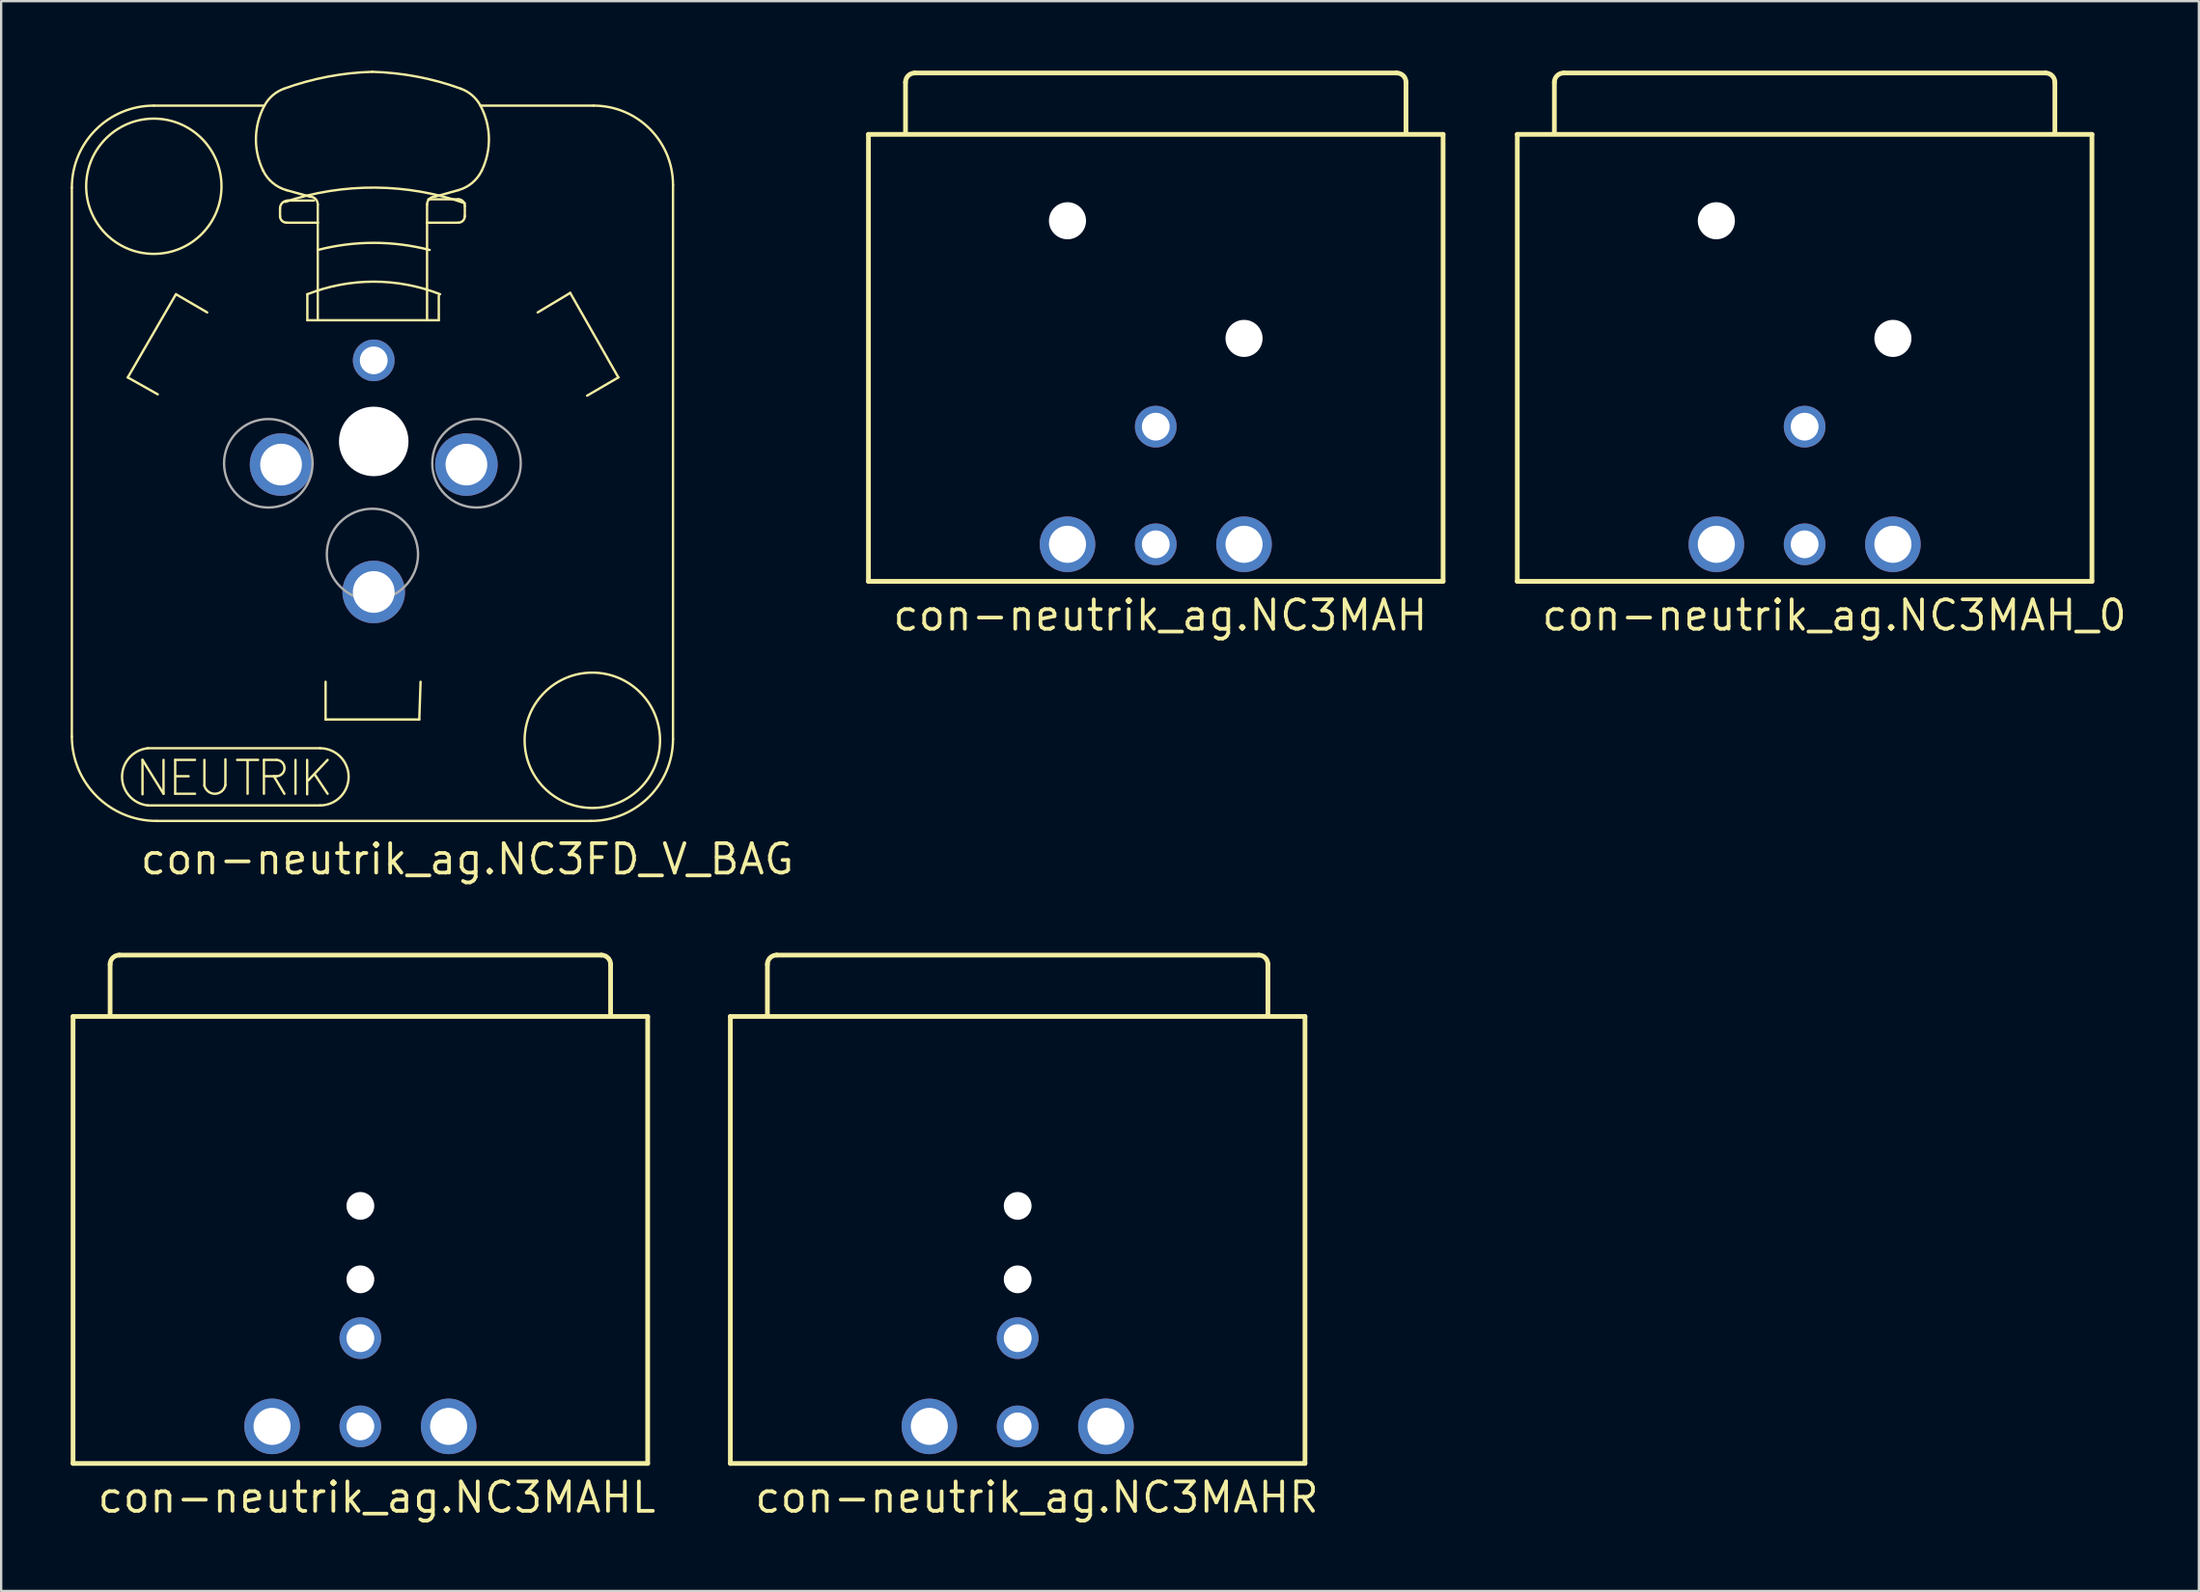
<source format=kicad_pcb>
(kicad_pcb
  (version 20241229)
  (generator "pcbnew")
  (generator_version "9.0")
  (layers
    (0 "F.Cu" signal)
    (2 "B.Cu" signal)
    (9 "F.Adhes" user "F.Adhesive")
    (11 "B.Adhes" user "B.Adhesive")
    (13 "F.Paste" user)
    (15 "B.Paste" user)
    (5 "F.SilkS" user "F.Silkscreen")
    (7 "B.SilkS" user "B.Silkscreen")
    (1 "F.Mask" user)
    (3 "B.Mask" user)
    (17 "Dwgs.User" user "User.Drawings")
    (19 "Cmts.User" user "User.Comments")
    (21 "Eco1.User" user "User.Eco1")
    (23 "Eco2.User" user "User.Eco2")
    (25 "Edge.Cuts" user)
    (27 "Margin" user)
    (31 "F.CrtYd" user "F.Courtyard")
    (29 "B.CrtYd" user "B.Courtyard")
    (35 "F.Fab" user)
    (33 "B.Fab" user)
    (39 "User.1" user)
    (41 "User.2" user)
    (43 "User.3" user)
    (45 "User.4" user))
  (footprint "con-neutrik_ag.NC3MAH_0"
    (layer "F.Cu")
    (at 74.832 20.452)
    (property "Reference" "con-neutrik_ag.NC3MAH_0" (at -11.43 3.81 0) (layer "F.SilkS") (effects (font (size 1.27 1.27) (thickness 0.16)) (justify left bottom)))
    (attr through_hole)
    (fp_line (start -12.4 -17.7) (end 12.4 -17.7) (stroke (width 0.203) (type default)) (layer "F.SilkS"))
    (fp_line (start -12.4 1.6) (end -12.4 -17.7) (stroke (width 0.203) (type default)) (layer "F.SilkS"))
    (fp_line (start -10.8 -17.8) (end -10.8 -19.95) (stroke (width 0.203) (type default)) (layer "F.SilkS"))
    (fp_line (start -10.4 -20.35) (end 10.4 -20.35) (stroke (width 0.203) (type default)) (layer "F.SilkS"))
    (fp_line (start 10.8 -19.95) (end 10.8 -17.8) (stroke (width 0.203) (type default)) (layer "F.SilkS"))
    (fp_line (start 12.4 -17.7) (end 12.4 1.6) (stroke (width 0.203) (type default)) (layer "F.SilkS"))
    (fp_line (start 12.4 1.6) (end -12.4 1.6) (stroke (width 0.203) (type default)) (layer "F.SilkS"))
    (fp_arc (start -10.8 -19.95) (mid -10.682843 -20.232843) (end -10.4 -20.35) (stroke (width 0.2032) (type default)) (layer "F.SilkS"))
    (fp_arc (start 10.4 -20.35) (mid 10.682843 -20.232843) (end 10.8 -19.95) (stroke (width 0.2032) (type default)) (layer "F.SilkS"))
    (pad "" np_thru_hole circle (at -3.81 -13.97) (size 1.6 1.6) (drill 1.6) (layers "*.Cu" "*.Mask"))
    (pad "" np_thru_hole circle (at 3.81 -8.89) (size 1.6 1.6) (drill 1.6) (layers "*.Cu" "*.Mask"))
    (pad "1" thru_hole circle (at 3.81 0) (size 2.4 2.4) (drill 1.6) (layers "*.Cu" "*.Mask"))
    (pad "2" thru_hole circle (at -3.81 0) (size 2.4 2.4) (drill 1.6) (layers "*.Cu" "*.Mask"))
    (pad "3" thru_hole circle (at 0 0) (size 1.8 1.8) (drill 1.2) (layers "*.Cu" "*.Mask"))
    (pad "G" thru_hole circle (at 0 -5.08) (size 1.8 1.8) (drill 1.2) (layers "*.Cu" "*.Mask")))
  (footprint "con-neutrik_ag.NC3FD_V_BAG"
    (layer "F.Cu")
    (at 13.079 17.01)
    (property "Reference" "con-neutrik_ag.NC3FD_V_BAG" (at -10.16 17.78 0) (layer "F.SilkS") (effects (font (size 1.27 1.27) (thickness 0.16)) (justify left bottom)))
    (attr through_hole)
    (fp_line (start -13.028 -11.961) (end -13.028 11.736) (stroke (width 0.102) (type default)) (layer "F.SilkS"))
    (fp_line (start -10.614 -3.763) (end -8.536 -7.356) (stroke (width 0.102) (type default)) (layer "F.SilkS"))
    (fp_line (start -9.979 12.751) (end -9.072 14.213) (stroke (width 0.102) (type default)) (layer "F.SilkS"))
    (fp_line (start -9.979 14.238) (end -9.979 12.751) (stroke (width 0.102) (type default)) (layer "F.SilkS"))
    (fp_line (start -9.752 12.247) (end -2.318 12.247) (stroke (width 0.102) (type default)) (layer "F.SilkS"))
    (fp_line (start -9.378 15.387) (end 9.378 15.387) (stroke (width 0.102) (type default)) (layer "F.SilkS"))
    (fp_line (start -9.322 -3.033) (end -10.614 -3.763) (stroke (width 0.102) (type default)) (layer "F.SilkS"))
    (fp_line (start -9.072 14.213) (end -9.072 12.751) (stroke (width 0.102) (type default)) (layer "F.SilkS"))
    (fp_line (start -8.568 12.751) (end -8.568 14.213) (stroke (width 0.102) (type default)) (layer "F.SilkS"))
    (fp_line (start -8.568 14.213) (end -7.711 14.213) (stroke (width 0.102) (type default)) (layer "F.SilkS"))
    (fp_line (start -8.536 -7.356) (end -7.188 -6.57) (stroke (width 0.102) (type default)) (layer "F.SilkS"))
    (fp_line (start -8.518 13.457) (end -7.988 13.457) (stroke (width 0.102) (type default)) (layer "F.SilkS"))
    (fp_line (start -7.711 12.751) (end -8.568 12.751) (stroke (width 0.102) (type default)) (layer "F.SilkS"))
    (fp_line (start -7.308 12.751) (end -7.308 13.86) (stroke (width 0.102) (type default)) (layer "F.SilkS"))
    (fp_line (start -6.401 13.835) (end -6.401 12.726) (stroke (width 0.102) (type default)) (layer "F.SilkS"))
    (fp_line (start -5.897 12.751) (end -4.99 12.751) (stroke (width 0.102) (type default)) (layer "F.SilkS"))
    (fp_line (start -5.443 12.776) (end -5.443 14.213) (stroke (width 0.102) (type default)) (layer "F.SilkS"))
    (fp_line (start -4.773 -15.499) (end -9.49 -15.499) (stroke (width 0.102) (type default)) (layer "F.SilkS"))
    (fp_line (start -4.738 12.751) (end -4.183 12.751) (stroke (width 0.102) (type default)) (layer "F.SilkS"))
    (fp_line (start -4.738 14.213) (end -4.738 12.751) (stroke (width 0.102) (type default)) (layer "F.SilkS"))
    (fp_line (start -4.309 13.457) (end -4.687 13.457) (stroke (width 0.102) (type default)) (layer "F.SilkS"))
    (fp_line (start -4.309 13.457) (end -3.856 14.213) (stroke (width 0.102) (type default)) (layer "F.SilkS"))
    (fp_line (start -4.208 13.457) (end -4.309 13.457) (stroke (width 0.102) (type default)) (layer "F.SilkS"))
    (fp_line (start -4.043 -10.726) (end -4.043 -11.063) (stroke (width 0.102) (type default)) (layer "F.SilkS"))
    (fp_line (start -3.706 -11.4) (end -2.583 -11.4) (stroke (width 0.102) (type default)) (layer "F.SilkS"))
    (fp_line (start -3.377 12.751) (end -3.377 14.213) (stroke (width 0.102) (type default)) (layer "F.SilkS"))
    (fp_line (start -2.873 12.751) (end -2.873 14.238) (stroke (width 0.102) (type default)) (layer "F.SilkS"))
    (fp_line (start -2.864 -7.356) (end -2.864 -6.233) (stroke (width 0.102) (type default)) (layer "F.SilkS"))
    (fp_line (start -2.864 -6.233) (end 2.808 -6.233) (stroke (width 0.102) (type default)) (layer "F.SilkS"))
    (fp_line (start -2.752 -11.568) (end -3.763 -11.849) (stroke (width 0.102) (type default)) (layer "F.SilkS"))
    (fp_line (start -2.545 13.381) (end -1.991 14.213) (stroke (width 0.102) (type default)) (layer "F.SilkS"))
    (fp_line (start -2.415 -10.445) (end -3.762 -10.445) (stroke (width 0.102) (type default)) (layer "F.SilkS"))
    (fp_line (start -2.415 -10.445) (end -2.415 -11.231) (stroke (width 0.102) (type default)) (layer "F.SilkS"))
    (fp_line (start -2.415 -9.266) (end -2.415 -10.445) (stroke (width 0.102) (type default)) (layer "F.SilkS"))
    (fp_line (start -2.415 -6.29) (end -2.415 -9.266) (stroke (width 0.102) (type default)) (layer "F.SilkS"))
    (fp_line (start -2.318 14.717) (end -9.752 14.717) (stroke (width 0.102) (type default)) (layer "F.SilkS"))
    (fp_line (start -2.078 9.378) (end -2.078 11.007) (stroke (width 0.102) (type default)) (layer "F.SilkS"))
    (fp_line (start -2.078 11.007) (end 1.966 11.007) (stroke (width 0.102) (type default)) (layer "F.SilkS"))
    (fp_line (start -1.991 12.751) (end -2.822 13.633) (stroke (width 0.102) (type default)) (layer "F.SilkS"))
    (fp_line (start 1.966 11.007) (end 2.022 9.378) (stroke (width 0.102) (type default)) (layer "F.SilkS"))
    (fp_line (start 2.302 -10.445) (end 2.302 -11.231) (stroke (width 0.102) (type default)) (layer "F.SilkS"))
    (fp_line (start 2.302 -10.445) (end 3.65 -10.445) (stroke (width 0.102) (type default)) (layer "F.SilkS"))
    (fp_line (start 2.302 -6.29) (end 2.302 -10.445) (stroke (width 0.102) (type default)) (layer "F.SilkS"))
    (fp_line (start 2.639 -11.568) (end 3.65 -11.849) (stroke (width 0.102) (type default)) (layer "F.SilkS"))
    (fp_line (start 2.808 -6.233) (end 2.808 -7.3) (stroke (width 0.102) (type default)) (layer "F.SilkS"))
    (fp_line (start 3.65 -11.456) (end 2.358 -11.456) (stroke (width 0.102) (type default)) (layer "F.SilkS"))
    (fp_line (start 3.931 -10.726) (end 3.931 -11.175) (stroke (width 0.102) (type default)) (layer "F.SilkS"))
    (fp_line (start 7.076 -6.57) (end 8.479 -7.413) (stroke (width 0.102) (type default)) (layer "F.SilkS"))
    (fp_line (start 8.479 -7.413) (end 10.557 -3.763) (stroke (width 0.102) (type default)) (layer "F.SilkS"))
    (fp_line (start 9.49 -15.499) (end 4.661 -15.499) (stroke (width 0.102) (type default)) (layer "F.SilkS"))
    (fp_line (start 10.557 -3.763) (end 9.21 -2.976) (stroke (width 0.102) (type default)) (layer "F.SilkS"))
    (fp_line (start 12.916 11.849) (end 12.916 -12.074) (stroke (width 0.102) (type default)) (layer "F.SilkS"))
    (fp_arc (start -13.0282 -11.9613) (mid -11.991944 -14.462944) (end -9.4903 -15.4992) (stroke (width 0.1016) (type default)) (layer "F.SilkS"))
    (fp_arc (start -9.7524 14.7168) (mid -10.861431 13.482) (end -9.7524 12.2472) (stroke (width 0.1016) (type default)) (layer "F.SilkS"))
    (fp_arc (start -9.3781 15.3866) (mid -11.95911 14.31751) (end -13.0282 11.7365) (stroke (width 0.1016) (type default)) (layer "F.SilkS"))
    (fp_arc (start -6.4008 13.8348) (mid -6.844214 14.214097) (end -7.308 13.86) (stroke (width 0.1016) (type default)) (layer "F.SilkS"))
    (fp_arc (start -4.7733 -12.6914) (mid -5.082979 -14.102061) (end -4.7171 -15.4992) (stroke (width 0.1016) (type default)) (layer "F.SilkS"))
    (fp_arc (start -4.7171 -15.4992) (mid -4.363217 -15.941815) (end -3.8748 -16.2292) (stroke (width 0.1016) (type default)) (layer "F.SilkS"))
    (fp_arc (start -4.1832 12.7512) (mid -3.852275 13.116269) (end -4.2084 13.4568) (stroke (width 0.1016) (type default)) (layer "F.SilkS"))
    (fp_arc (start -4.0432 -11.0629) (mid -3.944524 -11.301124) (end -3.7063 -11.3998) (stroke (width 0.1016) (type default)) (layer "F.SilkS"))
    (fp_arc (start -3.8748 -16.2292) (mid -1.994886 -16.747919) (end -0.0562 -16.9592) (stroke (width 0.1016) (type default)) (layer "F.SilkS"))
    (fp_arc (start -3.8186 -11.3435) (mid 0.06081 -11.959103) (end 3.9309 -11.2874) (stroke (width 0.1016) (type default)) (layer "F.SilkS"))
    (fp_arc (start -3.7625 -11.849) (mid -4.358518 -12.161467) (end -4.7733 -12.6914) (stroke (width 0.1016) (type default)) (layer "F.SilkS"))
    (fp_arc (start -3.7624 -10.4451) (mid -3.960956 -10.527344) (end -4.0432 -10.7259) (stroke (width 0.1016) (type default)) (layer "F.SilkS"))
    (fp_arc (start -2.864 -7.3565) (mid -0.00005 -7.89819) (end 2.8639 -7.3565) (stroke (width 0.1016) (type default)) (layer "F.SilkS"))
    (fp_arc (start -2.7517 -11.5682) (mid -2.513405 -11.469495) (end -2.4147 -11.2312) (stroke (width 0.1016) (type default)) (layer "F.SilkS"))
    (fp_arc (start -2.4147 -9.2658) (mid 0 -9.574369) (end 2.4147 -9.2658) (stroke (width 0.1016) (type default)) (layer "F.SilkS"))
    (fp_arc (start -2.3184 12.2472) (mid -1.0836 13.482) (end -2.3184 14.7168) (stroke (width 0.1016) (type default)) (layer "F.SilkS"))
    (fp_arc (start -0.0561 -16.9593) (mid 1.882586 -16.748019) (end 3.7625 -16.2293) (stroke (width 0.1016) (type default)) (layer "F.SilkS"))
    (fp_arc (start 2.3024 -11.2313) (mid 2.401105 -11.469595) (end 2.6394 -11.5683) (stroke (width 0.1016) (type default)) (layer "F.SilkS"))
    (fp_arc (start 3.6501 -11.4559) (mid 3.848656 -11.373656) (end 3.9309 -11.1751) (stroke (width 0.1016) (type default)) (layer "F.SilkS"))
    (fp_arc (start 3.7625 -16.2293) (mid 4.250923 -15.941922) (end 4.6048 -15.4993) (stroke (width 0.1016) (type default)) (layer "F.SilkS"))
    (fp_arc (start 3.9309 -10.7259) (mid 3.848656 -10.527344) (end 3.6501 -10.4451) (stroke (width 0.1016) (type default)) (layer "F.SilkS"))
    (fp_arc (start 4.6048 -15.4993) (mid 4.970679 -14.102161) (end 4.661 -12.6915) (stroke (width 0.1016) (type default)) (layer "F.SilkS"))
    (fp_arc (start 4.661 -12.6915) (mid 4.246218 -12.161567) (end 3.6502 -11.8491) (stroke (width 0.1016) (type default)) (layer "F.SilkS"))
    (fp_arc (start 9.4904 -15.4992) (mid 11.912594 -14.495894) (end 12.9159 -12.0737) (stroke (width 0.1016) (type default)) (layer "F.SilkS"))
    (fp_arc (start 12.9159 11.8488) (mid 11.879702 14.350402) (end 9.3781 15.3866) (stroke (width 0.1016) (type default)) (layer "F.SilkS"))
    (fp_circle (center -9.49 -12.018) (end -6.57 -12.018) (stroke (width 0.102) (type default)) (fill no) (layer "F.SilkS"))
    (fp_circle (center 9.434 11.905) (end 12.356 11.905) (stroke (width 0.102) (type default)) (fill no) (layer "F.SilkS"))
    (fp_circle (center -4.549 -0.056) (end -2.639 -0.056) (stroke (width 0.102) (type default)) (fill no) (layer "F.Fab"))
    (fp_circle (center -0.056 3.875) (end 1.913 3.875) (stroke (width 0.102) (type default)) (fill no) (layer "F.Fab"))
    (fp_circle (center 4.436 -0.056) (end 6.346 -0.056) (stroke (width 0.102) (type default)) (fill no) (layer "F.Fab"))
    (pad "" np_thru_hole circle (at 0 -1) (size 3 3) (drill 3) (layers "*.Cu" "*.Mask"))
    (pad "1" thru_hole circle (at 4 0) (size 2.7 2.7) (drill 1.8) (layers "*.Cu" "*.Mask"))
    (pad "2" thru_hole circle (at -4 0) (size 2.7 2.7) (drill 1.8) (layers "*.Cu" "*.Mask"))
    (pad "3" thru_hole circle (at 0 5.5) (size 2.7 2.7) (drill 1.8) (layers "*.Cu" "*.Mask"))
    (pad "G" thru_hole circle (at 0 -4.5) (size 1.8 1.8) (drill 1.2) (layers "*.Cu" "*.Mask")))
  (footprint "con-neutrik_ag.NC3MAHR"
    (layer "F.Cu")
    (at 40.869 58.539)
    (property "Reference" "con-neutrik_ag.NC3MAHR" (at -11.43 3.81 0) (layer "F.SilkS") (effects (font (size 1.27 1.27) (thickness 0.16)) (justify left bottom)))
    (attr through_hole)
    (fp_line (start -12.4 -17.7) (end 12.4 -17.7) (stroke (width 0.203) (type default)) (layer "F.SilkS"))
    (fp_line (start -12.4 1.6) (end -12.4 -17.7) (stroke (width 0.203) (type default)) (layer "F.SilkS"))
    (fp_line (start -10.8 -17.8) (end -10.8 -19.95) (stroke (width 0.203) (type default)) (layer "F.SilkS"))
    (fp_line (start -10.4 -20.35) (end 10.4 -20.35) (stroke (width 0.203) (type default)) (layer "F.SilkS"))
    (fp_line (start 10.8 -19.95) (end 10.8 -17.8) (stroke (width 0.203) (type default)) (layer "F.SilkS"))
    (fp_line (start 12.4 -17.7) (end 12.4 1.6) (stroke (width 0.203) (type default)) (layer "F.SilkS"))
    (fp_line (start 12.4 1.6) (end -12.4 1.6) (stroke (width 0.203) (type default)) (layer "F.SilkS"))
    (fp_arc (start -10.8 -19.95) (mid -10.682843 -20.232843) (end -10.4 -20.35) (stroke (width 0.2032) (type default)) (layer "F.SilkS"))
    (fp_arc (start 10.4 -20.35) (mid 10.682843 -20.232843) (end 10.8 -19.95) (stroke (width 0.2032) (type default)) (layer "F.SilkS"))
    (pad "" np_thru_hole circle (at 0 -9.52) (size 1.2 1.2) (drill 1.2) (layers "*.Cu" "*.Mask"))
    (pad "" np_thru_hole circle (at 0 -6.35) (size 1.2 1.2) (drill 1.2) (layers "*.Cu" "*.Mask"))
    (pad "1" thru_hole circle (at -3.81 0) (size 2.4 2.4) (drill 1.6) (layers "*.Cu" "*.Mask"))
    (pad "2" thru_hole circle (at 0 0) (size 1.8 1.8) (drill 1.2) (layers "*.Cu" "*.Mask"))
    (pad "3" thru_hole circle (at 3.81 0) (size 2.4 2.4) (drill 1.6) (layers "*.Cu" "*.Mask"))
    (pad "G" thru_hole circle (at 0 -3.81) (size 1.8 1.8) (drill 1.2) (layers "*.Cu" "*.Mask")))
  (footprint "con-neutrik_ag.NC3MAH"
    (layer "F.Cu")
    (at 46.829 20.452)
    (property "Reference" "con-neutrik_ag.NC3MAH" (at -11.43 3.81 0) (layer "F.SilkS") (effects (font (size 1.27 1.27) (thickness 0.16)) (justify left bottom)))
    (attr through_hole)
    (fp_line (start -12.4 -17.7) (end 12.4 -17.7) (stroke (width 0.203) (type default)) (layer "F.SilkS"))
    (fp_line (start -12.4 1.6) (end -12.4 -17.7) (stroke (width 0.203) (type default)) (layer "F.SilkS"))
    (fp_line (start -10.8 -17.8) (end -10.8 -19.95) (stroke (width 0.203) (type default)) (layer "F.SilkS"))
    (fp_line (start -10.4 -20.35) (end 10.4 -20.35) (stroke (width 0.203) (type default)) (layer "F.SilkS"))
    (fp_line (start 10.8 -19.95) (end 10.8 -17.8) (stroke (width 0.203) (type default)) (layer "F.SilkS"))
    (fp_line (start 12.4 -17.7) (end 12.4 1.6) (stroke (width 0.203) (type default)) (layer "F.SilkS"))
    (fp_line (start 12.4 1.6) (end -12.4 1.6) (stroke (width 0.203) (type default)) (layer "F.SilkS"))
    (fp_arc (start -10.8 -19.95) (mid -10.682843 -20.232843) (end -10.4 -20.35) (stroke (width 0.2032) (type default)) (layer "F.SilkS"))
    (fp_arc (start 10.4 -20.35) (mid 10.682843 -20.232843) (end 10.8 -19.95) (stroke (width 0.2032) (type default)) (layer "F.SilkS"))
    (pad "" np_thru_hole circle (at -3.81 -13.97) (size 1.6 1.6) (drill 1.6) (layers "*.Cu" "*.Mask"))
    (pad "" np_thru_hole circle (at 3.81 -8.89) (size 1.6 1.6) (drill 1.6) (layers "*.Cu" "*.Mask"))
    (pad "1" thru_hole circle (at 3.81 0) (size 2.4 2.4) (drill 1.6) (layers "*.Cu" "*.Mask"))
    (pad "2" thru_hole circle (at -3.81 0) (size 2.4 2.4) (drill 1.6) (layers "*.Cu" "*.Mask"))
    (pad "3" thru_hole circle (at 0 0) (size 1.8 1.8) (drill 1.2) (layers "*.Cu" "*.Mask"))
    (pad "G" thru_hole circle (at 0 -5.08) (size 1.8 1.8) (drill 1.2) (layers "*.Cu" "*.Mask")))
  (footprint "con-neutrik_ag.NC3MAHL"
    (layer "F.Cu")
    (at 12.502 58.539)
    (property "Reference" "con-neutrik_ag.NC3MAHL" (at -11.43 3.81 0) (layer "F.SilkS") (effects (font (size 1.27 1.27) (thickness 0.16)) (justify left bottom)))
    (attr through_hole)
    (fp_line (start -12.4 -17.7) (end 12.4 -17.7) (stroke (width 0.203) (type default)) (layer "F.SilkS"))
    (fp_line (start -12.4 1.6) (end -12.4 -17.7) (stroke (width 0.203) (type default)) (layer "F.SilkS"))
    (fp_line (start -10.8 -17.8) (end -10.8 -19.95) (stroke (width 0.203) (type default)) (layer "F.SilkS"))
    (fp_line (start -10.4 -20.35) (end 10.4 -20.35) (stroke (width 0.203) (type default)) (layer "F.SilkS"))
    (fp_line (start 10.8 -19.95) (end 10.8 -17.8) (stroke (width 0.203) (type default)) (layer "F.SilkS"))
    (fp_line (start 12.4 -17.7) (end 12.4 1.6) (stroke (width 0.203) (type default)) (layer "F.SilkS"))
    (fp_line (start 12.4 1.6) (end -12.4 1.6) (stroke (width 0.203) (type default)) (layer "F.SilkS"))
    (fp_arc (start -10.8 -19.95) (mid -10.682843 -20.232843) (end -10.4 -20.35) (stroke (width 0.2032) (type default)) (layer "F.SilkS"))
    (fp_arc (start 10.4 -20.35) (mid 10.682843 -20.232843) (end 10.8 -19.95) (stroke (width 0.2032) (type default)) (layer "F.SilkS"))
    (pad "" np_thru_hole circle (at 0 -9.52) (size 1.2 1.2) (drill 1.2) (layers "*.Cu" "*.Mask"))
    (pad "" np_thru_hole circle (at 0 -6.35) (size 1.2 1.2) (drill 1.2) (layers "*.Cu" "*.Mask"))
    (pad "1" thru_hole circle (at 0 0) (size 1.8 1.8) (drill 1.2) (layers "*.Cu" "*.Mask"))
    (pad "2" thru_hole circle (at 3.81 0) (size 2.4 2.4) (drill 1.6) (layers "*.Cu" "*.Mask"))
    (pad "3" thru_hole circle (at -3.81 0) (size 2.4 2.4) (drill 1.6) (layers "*.Cu" "*.Mask"))
    (pad "G" thru_hole circle (at 0 -3.81) (size 1.8 1.8) (drill 1.2) (layers "*.Cu" "*.Mask")))
  (gr_rect
    (start -3 -3)
    (end 91.846 65.647)
    (stroke (width 0.1) (type default))
    (fill no)
    (layer "Edge.Cuts")))
</source>
